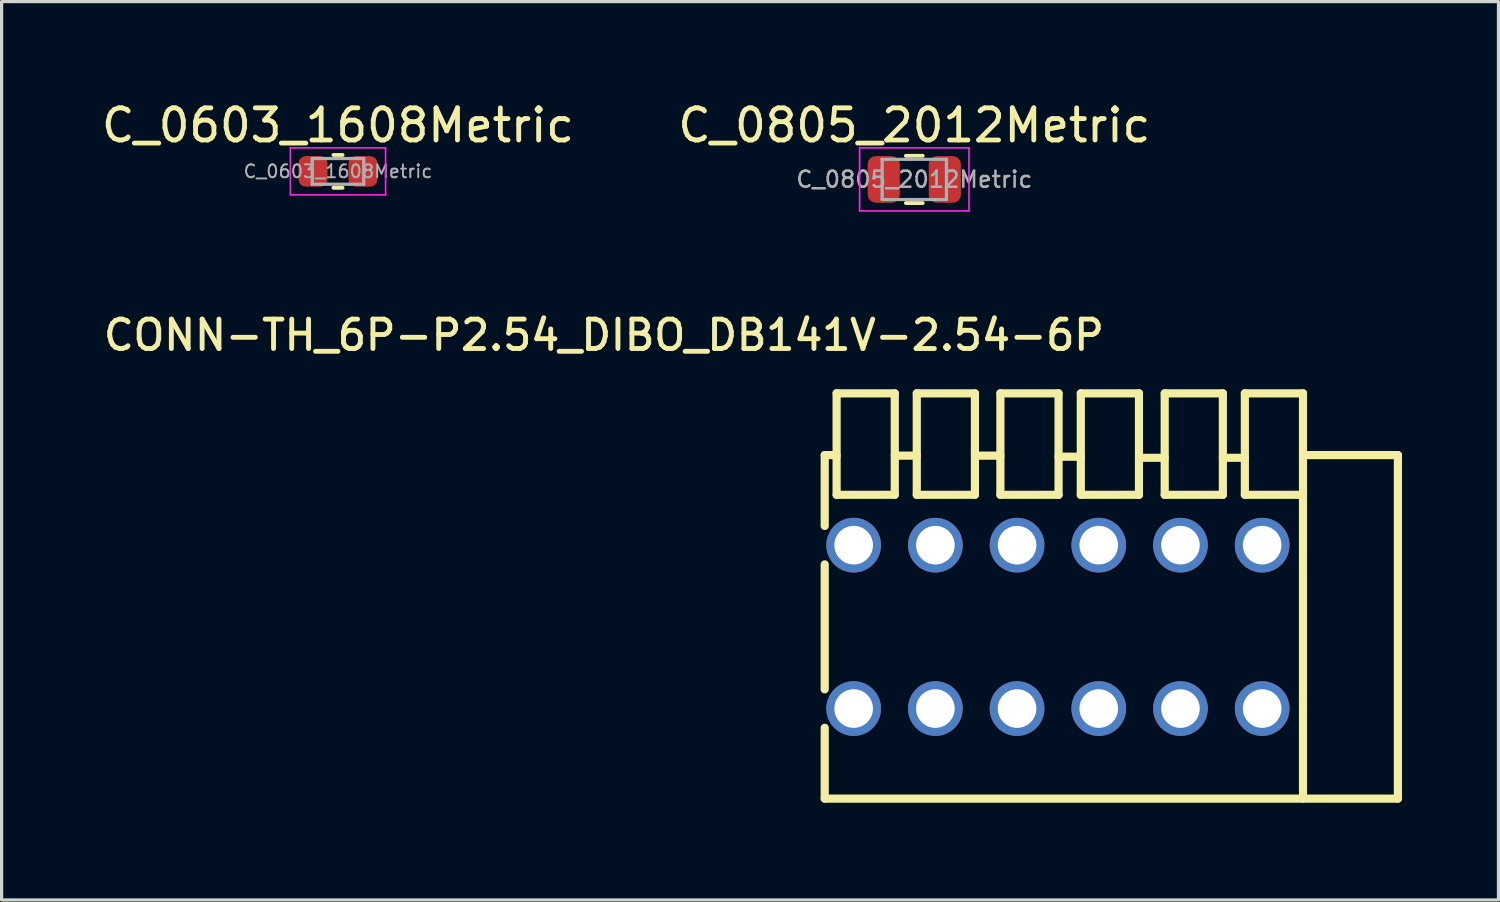
<source format=kicad_pcb>
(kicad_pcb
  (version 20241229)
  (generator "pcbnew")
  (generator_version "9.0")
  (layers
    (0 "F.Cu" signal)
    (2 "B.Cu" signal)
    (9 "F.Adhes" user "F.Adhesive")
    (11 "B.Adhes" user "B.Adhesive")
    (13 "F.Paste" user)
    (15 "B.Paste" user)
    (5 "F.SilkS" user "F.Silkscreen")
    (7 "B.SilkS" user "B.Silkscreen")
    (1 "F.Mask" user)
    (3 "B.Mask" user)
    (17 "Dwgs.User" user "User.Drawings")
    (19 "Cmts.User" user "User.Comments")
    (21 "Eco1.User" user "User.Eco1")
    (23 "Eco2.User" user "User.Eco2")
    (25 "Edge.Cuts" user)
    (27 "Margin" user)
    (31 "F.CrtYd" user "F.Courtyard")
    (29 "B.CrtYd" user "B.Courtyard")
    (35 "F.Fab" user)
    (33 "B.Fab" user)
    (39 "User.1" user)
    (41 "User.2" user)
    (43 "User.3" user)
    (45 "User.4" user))
  (footprint "CONN-TH_6P-P2.54_DIBO_DB141V-2.54-6P"
    (layer "F.Cu")
    (at 29.84 16.439)
    (property "Reference" "CONN-TH_6P-P2.54_DIBO_DB141V-2.54-6P" (at 1.524 -8.534 180) (layer "F.SilkS") (effects (font (size 0.914 0.914) (thickness 0.152)) (justify right bottom)))
    (fp_line (start -7.25 -5.34) (end -6.896 -5.34) (stroke (width 0.254) (type default)) (layer "F.SilkS"))
    (fp_line (start -7.25 -3.137) (end -7.25 -5.34) (stroke (width 0.254) (type default)) (layer "F.SilkS"))
    (fp_line (start -7.25 1.943) (end -7.25 -1.943) (stroke (width 0.254) (type default)) (layer "F.SilkS"))
    (fp_line (start -7.25 5.34) (end -7.25 3.137) (stroke (width 0.254) (type default)) (layer "F.SilkS"))
    (fp_line (start -7.25 5.34) (end 10.57 5.34) (stroke (width 0.254) (type default)) (layer "F.SilkS"))
    (fp_line (start -6.896 -5.34) (end -6.88 -5.324) (stroke (width 0.254) (type default)) (layer "F.SilkS"))
    (fp_line (start -6.88 -7.26) (end -6.88 -4.106) (stroke (width 0.254) (type default)) (layer "F.SilkS"))
    (fp_line (start -5.072 -7.26) (end -6.88 -7.26) (stroke (width 0.254) (type default)) (layer "F.SilkS"))
    (fp_line (start -5.072 -7.26) (end -5.072 -4.106) (stroke (width 0.254) (type default)) (layer "F.SilkS"))
    (fp_line (start -5.072 -5.324) (end -4.388 -5.324) (stroke (width 0.254) (type default)) (layer "F.SilkS"))
    (fp_line (start -5.072 -4.106) (end -6.88 -4.106) (stroke (width 0.254) (type default)) (layer "F.SilkS"))
    (fp_line (start -4.388 -7.26) (end -4.388 -4.106) (stroke (width 0.254) (type default)) (layer "F.SilkS"))
    (fp_line (start -2.58 -7.26) (end -4.388 -7.26) (stroke (width 0.254) (type default)) (layer "F.SilkS"))
    (fp_line (start -2.58 -7.26) (end -2.58 -4.106) (stroke (width 0.254) (type default)) (layer "F.SilkS"))
    (fp_line (start -2.58 -5.324) (end -1.788 -5.324) (stroke (width 0.254) (type default)) (layer "F.SilkS"))
    (fp_line (start -2.58 -4.106) (end -4.388 -4.106) (stroke (width 0.254) (type default)) (layer "F.SilkS"))
    (fp_line (start -1.788 -7.26) (end -1.788 -4.106) (stroke (width 0.254) (type default)) (layer "F.SilkS"))
    (fp_line (start 0.02 -7.26) (end -1.788 -7.26) (stroke (width 0.254) (type default)) (layer "F.SilkS"))
    (fp_line (start 0.02 -7.26) (end 0.02 -4.106) (stroke (width 0.254) (type default)) (layer "F.SilkS"))
    (fp_line (start 0.02 -5.29) (end 0.712 -5.29) (stroke (width 0.254) (type default)) (layer "F.SilkS"))
    (fp_line (start 0.02 -4.106) (end -1.788 -4.106) (stroke (width 0.254) (type default)) (layer "F.SilkS"))
    (fp_line (start 0.712 -7.26) (end 0.712 -4.106) (stroke (width 0.254) (type default)) (layer "F.SilkS"))
    (fp_line (start 2.52 -7.26) (end 0.712 -7.26) (stroke (width 0.254) (type default)) (layer "F.SilkS"))
    (fp_line (start 2.52 -7.26) (end 2.52 -4.106) (stroke (width 0.254) (type default)) (layer "F.SilkS"))
    (fp_line (start 2.52 -5.256) (end 3.32 -5.256) (stroke (width 0.254) (type default)) (layer "F.SilkS"))
    (fp_line (start 2.52 -4.106) (end 0.712 -4.106) (stroke (width 0.254) (type default)) (layer "F.SilkS"))
    (fp_line (start 3.32 -7.26) (end 3.32 -4.106) (stroke (width 0.254) (type default)) (layer "F.SilkS"))
    (fp_line (start 5.128 -7.26) (end 3.32 -7.26) (stroke (width 0.254) (type default)) (layer "F.SilkS"))
    (fp_line (start 5.128 -7.26) (end 5.128 -4.106) (stroke (width 0.254) (type default)) (layer "F.SilkS"))
    (fp_line (start 5.128 -5.256) (end 5.812 -5.256) (stroke (width 0.254) (type default)) (layer "F.SilkS"))
    (fp_line (start 5.128 -4.106) (end 3.32 -4.106) (stroke (width 0.254) (type default)) (layer "F.SilkS"))
    (fp_line (start 5.812 -7.26) (end 5.812 -4.106) (stroke (width 0.254) (type default)) (layer "F.SilkS"))
    (fp_line (start 7.62 -7.26) (end 5.812 -7.26) (stroke (width 0.254) (type default)) (layer "F.SilkS"))
    (fp_line (start 7.62 -7.26) (end 7.62 -4.106) (stroke (width 0.254) (type default)) (layer "F.SilkS"))
    (fp_line (start 7.62 -4.106) (end 5.812 -4.106) (stroke (width 0.254) (type default)) (layer "F.SilkS"))
    (fp_line (start 7.62 -4.106) (end 7.62 5.34) (stroke (width 0.254) (type default)) (layer "F.SilkS"))
    (fp_line (start 10.57 -5.34) (end 7.62 -5.34) (stroke (width 0.254) (type default)) (layer "F.SilkS"))
    (fp_line (start 10.57 -5.34) (end 10.57 5.34) (stroke (width 0.254) (type default)) (layer "F.SilkS"))
    (fp_circle (center -7.23 5.34) (end -7.2 5.34) (stroke (width 0.06) (type default)) (fill no) (layer "User.5"))
    (pad "1" thru_hole oval (at -6.35 -2.54) (size 1.7 1.7) (drill 1.2) (layers "*.Cu" "*.Mask"))
    (pad "1" thru_hole oval (at -6.35 2.54) (size 1.7 1.7) (drill 1.2) (layers "*.Cu" "*.Mask"))
    (pad "2" thru_hole oval (at -3.81 -2.54) (size 1.7 1.7) (drill 1.2) (layers "*.Cu" "*.Mask"))
    (pad "2" thru_hole oval (at -3.81 2.54) (size 1.7 1.7) (drill 1.2) (layers "*.Cu" "*.Mask"))
    (pad "3" thru_hole oval (at -1.27 -2.54) (size 1.7 1.7) (drill 1.2) (layers "*.Cu" "*.Mask"))
    (pad "3" thru_hole oval (at -1.27 2.54) (size 1.7 1.7) (drill 1.2) (layers "*.Cu" "*.Mask"))
    (pad "4" thru_hole oval (at 1.27 -2.54) (size 1.7 1.7) (drill 1.2) (layers "*.Cu" "*.Mask"))
    (pad "4" thru_hole oval (at 1.27 2.54) (size 1.7 1.7) (drill 1.2) (layers "*.Cu" "*.Mask"))
    (pad "5" thru_hole oval (at 3.81 -2.54) (size 1.7 1.7) (drill 1.2) (layers "*.Cu" "*.Mask"))
    (pad "5" thru_hole oval (at 3.81 2.54) (size 1.7 1.7) (drill 1.2) (layers "*.Cu" "*.Mask"))
    (pad "6" thru_hole oval (at 6.35 -2.54) (size 1.7 1.7) (drill 1.2) (layers "*.Cu" "*.Mask"))
    (pad "6" thru_hole oval (at 6.35 2.54) (size 1.7 1.7) (drill 1.2) (layers "*.Cu" "*.Mask"))
    (zone (net_name "") (layer "Dwgs.User") (hatch edge 0.5) (priority 100) (connect_pads yes) (min_thickness 0) (filled_areas_thickness no) (fill yes) (polygon (pts (xy 22.96 11.189) (xy 22.96 9.289) (xy 37.56 9.289) (xy 37.56 11.189) (xy 37.36 11.189) (xy 37.36 9.489) (xy 23.16 9.489) (xy 23.16 11.189))) (filled_polygon (layer "Dwgs.User") (island) (pts (xy 22.96 11.189) (xy 22.96 9.289) (xy 37.56 9.289) (xy 37.56 11.189) (xy 37.36 11.189) (xy 37.36 9.489) (xy 23.16 9.489) (xy 23.16 11.189))))
    (zone (net_name "") (layer "User.3") (hatch edge 0.5) (priority 100) (connect_pads yes) (min_thickness 0) (filled_areas_thickness no) (fill yes) (polygon (pts (xy 40.11 21.929) (xy 22.33 21.929) (xy 22.33 11.079) (xy 22.97 11.079) (xy 22.97 9.329) (xy 24.87 9.329) (xy 24.87 11.079) (xy 25.51 11.079) (xy 25.51 9.329) (xy 27.41 9.329) (xy 27.41 11.079) (xy 28.05 11.079) (xy 28.05 9.329) (xy 29.95 9.329) (xy 29.95 11.079) (xy 30.59 11.079) (xy 30.59 9.329) (xy 32.49 9.329) (xy 32.49 11.079) (xy 33.13 11.079) (xy 33.13 9.329) (xy 35.03 9.329) (xy 35.03 11.079) (xy 35.669 11.079) (xy 35.67 11.078) (xy 35.67 9.329) (xy 37.57 9.329) (xy 37.57 11.079) (xy 40.11 11.079))) (filled_polygon (layer "User.3") (island) (pts (xy 40.11 21.929) (xy 22.33 21.929) (xy 22.33 11.079) (xy 22.97 11.079) (xy 22.97 9.329) (xy 24.87 9.329) (xy 24.87 11.079) (xy 25.51 11.079) (xy 25.51 9.329) (xy 27.41 9.329) (xy 27.41 11.079) (xy 28.05 11.079) (xy 28.05 9.329) (xy 29.95 9.329) (xy 29.95 11.079) (xy 30.59 11.079) (xy 30.59 9.329) (xy 32.49 9.329) (xy 32.49 11.079) (xy 33.13 11.079) (xy 33.13 9.329) (xy 35.03 9.329) (xy 35.03 11.079) (xy 35.669 11.079) (xy 35.67 11.078) (xy 35.67 9.329) (xy 37.57 9.329) (xy 37.57 11.079) (xy 40.11 11.079))))
    (zone (net_name "") (layer "User.4") (hatch edge 0.5) (priority 100) (connect_pads yes) (min_thickness 0) (filled_areas_thickness no) (fill yes) (polygon (pts (xy 22.96 13.699) (xy 23.46 13.699) (xy 23.46 14.399) (xy 22.96 14.399))) (filled_polygon (layer "User.4") (island) (pts (xy 22.96 13.699) (xy 23.46 13.699) (xy 23.46 14.399) (xy 22.96 14.399))))
    (zone (net_name "") (layer "User.4") (hatch edge 0.5) (priority 100) (connect_pads yes) (min_thickness 0) (filled_areas_thickness no) (fill yes) (polygon (pts (xy 22.96 18.779) (xy 23.46 18.779) (xy 23.46 19.479) (xy 22.96 19.479))) (filled_polygon (layer "User.4") (island) (pts (xy 22.96 18.779) (xy 23.46 18.779) (xy 23.46 19.479) (xy 22.96 19.479))))
    (zone (net_name "") (layer "User.4") (hatch edge 0.5) (priority 100) (connect_pads yes) (min_thickness 0) (filled_areas_thickness no) (fill yes) (polygon (pts (xy 25.5 13.699) (xy 26 13.699) (xy 26 14.399) (xy 25.5 14.399))) (filled_polygon (layer "User.4") (island) (pts (xy 25.5 13.699) (xy 26 13.699) (xy 26 14.399) (xy 25.5 14.399))))
    (zone (net_name "") (layer "User.4") (hatch edge 0.5) (priority 100) (connect_pads yes) (min_thickness 0) (filled_areas_thickness no) (fill yes) (polygon (pts (xy 25.5 18.779) (xy 26 18.779) (xy 26 19.479) (xy 25.5 19.479))) (filled_polygon (layer "User.4") (island) (pts (xy 25.5 18.779) (xy 26 18.779) (xy 26 19.479) (xy 25.5 19.479))))
    (zone (net_name "") (layer "User.4") (hatch edge 0.5) (priority 100) (connect_pads yes) (min_thickness 0) (filled_areas_thickness no) (fill yes) (polygon (pts (xy 28.04 13.699) (xy 28.54 13.699) (xy 28.54 14.399) (xy 28.04 14.399))) (filled_polygon (layer "User.4") (island) (pts (xy 28.04 13.699) (xy 28.54 13.699) (xy 28.54 14.399) (xy 28.04 14.399))))
    (zone (net_name "") (layer "User.4") (hatch edge 0.5) (priority 100) (connect_pads yes) (min_thickness 0) (filled_areas_thickness no) (fill yes) (polygon (pts (xy 28.04 18.779) (xy 28.54 18.779) (xy 28.54 19.479) (xy 28.04 19.479))) (filled_polygon (layer "User.4") (island) (pts (xy 28.04 18.779) (xy 28.54 18.779) (xy 28.54 19.479) (xy 28.04 19.479))))
    (zone (net_name "") (layer "User.4") (hatch edge 0.5) (priority 100) (connect_pads yes) (min_thickness 0) (filled_areas_thickness no) (fill yes) (polygon (pts (xy 30.58 13.699) (xy 31.08 13.699) (xy 31.08 14.399) (xy 30.58 14.399))) (filled_polygon (layer "User.4") (island) (pts (xy 30.58 13.699) (xy 31.08 13.699) (xy 31.08 14.399) (xy 30.58 14.399))))
    (zone (net_name "") (layer "User.4") (hatch edge 0.5) (priority 100) (connect_pads yes) (min_thickness 0) (filled_areas_thickness no) (fill yes) (polygon (pts (xy 30.58 18.779) (xy 31.08 18.779) (xy 31.08 19.479) (xy 30.58 19.479))) (filled_polygon (layer "User.4") (island) (pts (xy 30.58 18.779) (xy 31.08 18.779) (xy 31.08 19.479) (xy 30.58 19.479))))
    (zone (net_name "") (layer "User.4") (hatch edge 0.5) (priority 100) (connect_pads yes) (min_thickness 0) (filled_areas_thickness no) (fill yes) (polygon (pts (xy 33.12 13.699) (xy 33.62 13.699) (xy 33.62 14.399) (xy 33.12 14.399))) (filled_polygon (layer "User.4") (island) (pts (xy 33.12 13.699) (xy 33.62 13.699) (xy 33.62 14.399) (xy 33.12 14.399))))
    (zone (net_name "") (layer "User.4") (hatch edge 0.5) (priority 100) (connect_pads yes) (min_thickness 0) (filled_areas_thickness no) (fill yes) (polygon (pts (xy 33.12 18.779) (xy 33.62 18.779) (xy 33.62 19.479) (xy 33.12 19.479))) (filled_polygon (layer "User.4") (island) (pts (xy 33.12 18.779) (xy 33.62 18.779) (xy 33.62 19.479) (xy 33.12 19.479))))
    (zone (net_name "") (layer "User.4") (hatch edge 0.5) (priority 100) (connect_pads yes) (min_thickness 0) (filled_areas_thickness no) (fill yes) (polygon (pts (xy 35.66 13.699) (xy 36.16 13.699) (xy 36.16 14.399) (xy 35.66 14.399))) (filled_polygon (layer "User.4") (island) (pts (xy 35.66 13.699) (xy 36.16 13.699) (xy 36.16 14.399) (xy 35.66 14.399))))
    (zone (net_name "") (layer "User.4") (hatch edge 0.5) (priority 100) (connect_pads yes) (min_thickness 0) (filled_areas_thickness no) (fill yes) (polygon (pts (xy 35.66 18.779) (xy 36.16 18.779) (xy 36.16 19.479) (xy 35.66 19.479))) (filled_polygon (layer "User.4") (island) (pts (xy 35.66 18.779) (xy 36.16 18.779) (xy 36.16 19.479) (xy 35.66 19.479)))))
  (footprint "C_0805_2012Metric"
    (layer "F.Cu")
    (at 25.375 2.528)
    (property "Reference" "C_0805_2012Metric" (at 0 -1.68 0) (layer "F.SilkS") (effects (font (size 1 1) (thickness 0.15))))
    (attr smd)
    (fp_line (start -0.261 -0.735) (end 0.261 -0.735) (stroke (width 0.12) (type solid)) (layer "F.SilkS"))
    (fp_line (start -0.261 0.735) (end 0.261 0.735) (stroke (width 0.12) (type solid)) (layer "F.SilkS"))
    (fp_line (start -1.7 -0.98) (end 1.7 -0.98) (stroke (width 0.05) (type solid)) (layer "F.CrtYd"))
    (fp_line (start -1.7 0.98) (end -1.7 -0.98) (stroke (width 0.05) (type solid)) (layer "F.CrtYd"))
    (fp_line (start 1.7 -0.98) (end 1.7 0.98) (stroke (width 0.05) (type solid)) (layer "F.CrtYd"))
    (fp_line (start 1.7 0.98) (end -1.7 0.98) (stroke (width 0.05) (type solid)) (layer "F.CrtYd"))
    (fp_line (start -1 -0.625) (end 1 -0.625) (stroke (width 0.1) (type solid)) (layer "F.Fab"))
    (fp_line (start -1 0.625) (end -1 -0.625) (stroke (width 0.1) (type solid)) (layer "F.Fab"))
    (fp_line (start 1 -0.625) (end 1 0.625) (stroke (width 0.1) (type solid)) (layer "F.Fab"))
    (fp_line (start 1 0.625) (end -1 0.625) (stroke (width 0.1) (type solid)) (layer "F.Fab"))
    (fp_text user "${REFERENCE}" (at 0 0 0) (layer "F.Fab") (effects (font (size 0.5 0.5) (thickness 0.08))))
    (pad "1" smd roundrect (at -0.95 0) (size 1 1.45) (layers "F.Cu" "F.Mask" "F.Paste") (roundrect_rratio 0.25))
    (pad "2" smd roundrect (at 0.95 0) (size 1 1.45) (layers "F.Cu" "F.Mask" "F.Paste") (roundrect_rratio 0.25)))
  (footprint "C_0603_1608Metric"
    (layer "F.Cu")
    (at 7.458 2.278)
    (property "Reference" "C_0603_1608Metric" (at 0 -1.43 0) (layer "F.SilkS") (effects (font (size 1 1) (thickness 0.15))))
    (attr smd)
    (fp_line (start -0.141 -0.51) (end 0.141 -0.51) (stroke (width 0.12) (type solid)) (layer "F.SilkS"))
    (fp_line (start -0.141 0.51) (end 0.141 0.51) (stroke (width 0.12) (type solid)) (layer "F.SilkS"))
    (fp_line (start -1.48 -0.73) (end 1.48 -0.73) (stroke (width 0.05) (type solid)) (layer "F.CrtYd"))
    (fp_line (start -1.48 0.73) (end -1.48 -0.73) (stroke (width 0.05) (type solid)) (layer "F.CrtYd"))
    (fp_line (start 1.48 -0.73) (end 1.48 0.73) (stroke (width 0.05) (type solid)) (layer "F.CrtYd"))
    (fp_line (start 1.48 0.73) (end -1.48 0.73) (stroke (width 0.05) (type solid)) (layer "F.CrtYd"))
    (fp_line (start -0.8 -0.4) (end 0.8 -0.4) (stroke (width 0.1) (type solid)) (layer "F.Fab"))
    (fp_line (start -0.8 0.4) (end -0.8 -0.4) (stroke (width 0.1) (type solid)) (layer "F.Fab"))
    (fp_line (start 0.8 -0.4) (end 0.8 0.4) (stroke (width 0.1) (type solid)) (layer "F.Fab"))
    (fp_line (start 0.8 0.4) (end -0.8 0.4) (stroke (width 0.1) (type solid)) (layer "F.Fab"))
    (fp_text user "${REFERENCE}" (at 0 0 0) (layer "F.Fab") (effects (font (size 0.4 0.4) (thickness 0.06))))
    (pad "1" smd roundrect (at -0.775 0) (size 0.9 0.95) (layers "F.Cu" "F.Mask" "F.Paste") (roundrect_rratio 0.25))
    (pad "2" smd roundrect (at 0.775 0) (size 0.9 0.95) (layers "F.Cu" "F.Mask" "F.Paste") (roundrect_rratio 0.25)))
  (gr_rect
    (start -3 -3)
    (end 43.537 24.929)
    (stroke (width 0.1) (type default))
    (fill no)
    (layer "Edge.Cuts")))
</source>
